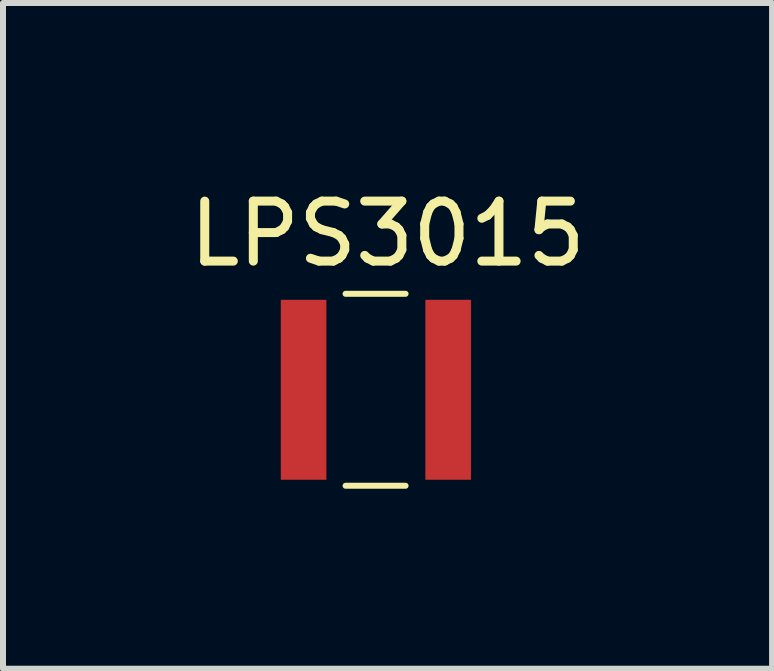
<source format=kicad_pcb>
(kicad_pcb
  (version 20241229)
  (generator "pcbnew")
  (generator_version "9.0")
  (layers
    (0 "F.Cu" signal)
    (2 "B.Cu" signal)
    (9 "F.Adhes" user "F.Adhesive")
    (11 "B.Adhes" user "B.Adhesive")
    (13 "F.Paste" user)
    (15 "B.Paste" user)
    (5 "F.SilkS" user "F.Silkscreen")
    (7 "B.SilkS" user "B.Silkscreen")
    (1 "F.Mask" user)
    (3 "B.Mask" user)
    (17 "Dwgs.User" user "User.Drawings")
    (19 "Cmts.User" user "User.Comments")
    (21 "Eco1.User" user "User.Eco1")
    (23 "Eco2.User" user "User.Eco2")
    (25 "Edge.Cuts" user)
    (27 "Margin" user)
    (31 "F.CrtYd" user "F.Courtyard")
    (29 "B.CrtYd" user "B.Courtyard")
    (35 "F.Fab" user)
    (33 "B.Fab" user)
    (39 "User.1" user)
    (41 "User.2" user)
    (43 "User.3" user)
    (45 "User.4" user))
  (footprint "LPS3015"
    (layer "F.Cu")
    (at 2.011 3.448)
    (property "Reference" "LPS3015" (at 1.4 -2.6 0) (layer "F.SilkS") (effects (font (size 1 1) (thickness 0.15))))
    (attr through_hole)
    (fp_line (start 0.7 -1.6) (end 1.7 -1.6) (stroke (width 0.1) (type solid)) (layer "F.SilkS"))
    (fp_line (start 0.7 1.6) (end 1.7 1.6) (stroke (width 0.1) (type solid)) (layer "F.SilkS"))
    (pad "1" smd rect (at 0 0) (size 0.76 3) (layers "F.Cu" "F.Mask" "F.Paste"))
    (pad "2" smd rect (at 2.41 0) (size 0.76 3) (layers "F.Cu" "F.Mask" "F.Paste")))
  (gr_rect
    (start -3 -3)
    (end 9.821 8.098)
    (stroke (width 0.1) (type default))
    (fill no)
    (layer "Edge.Cuts")))
</source>
